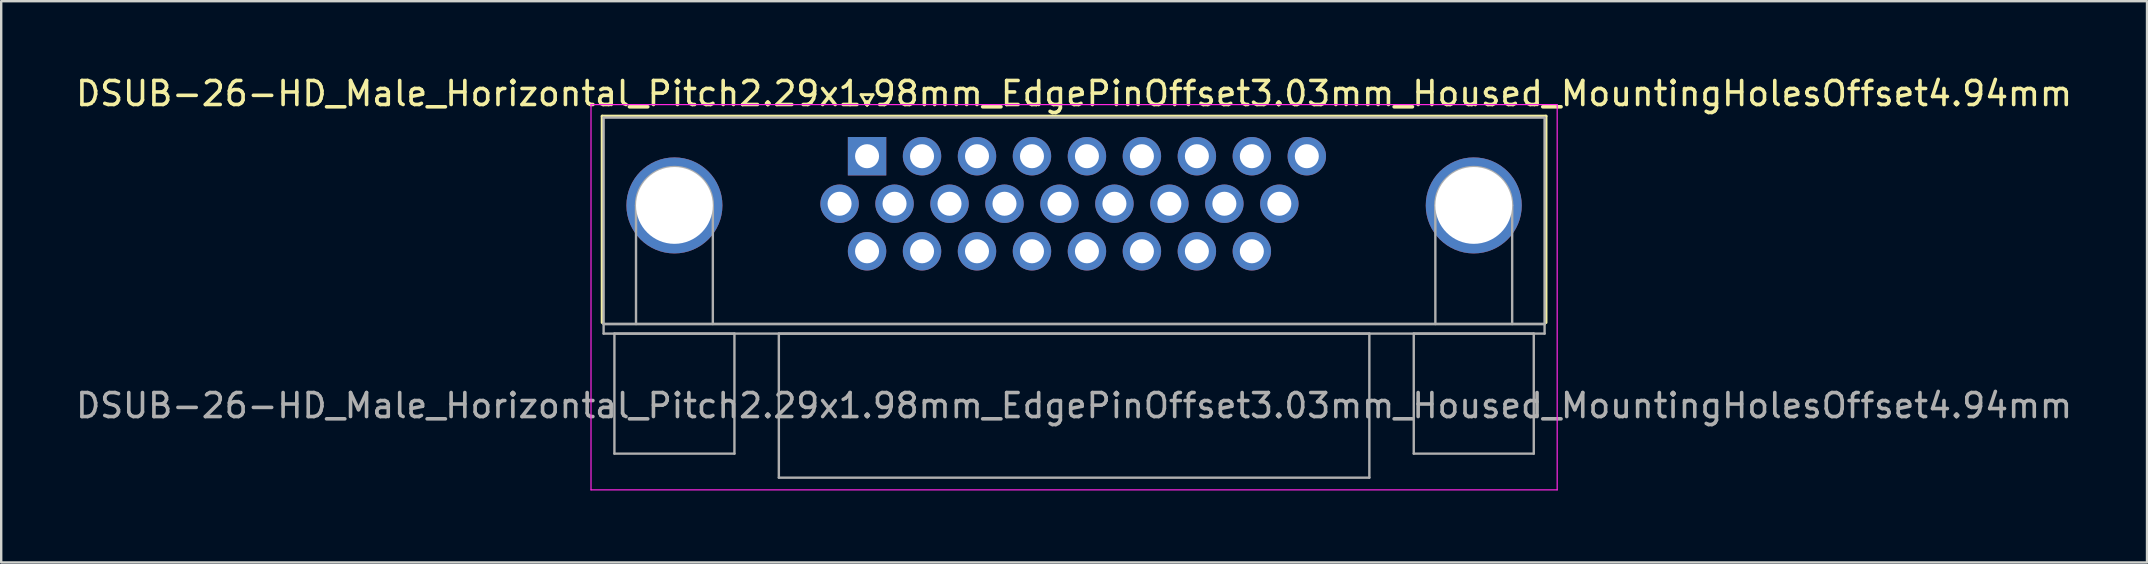
<source format=kicad_pcb>
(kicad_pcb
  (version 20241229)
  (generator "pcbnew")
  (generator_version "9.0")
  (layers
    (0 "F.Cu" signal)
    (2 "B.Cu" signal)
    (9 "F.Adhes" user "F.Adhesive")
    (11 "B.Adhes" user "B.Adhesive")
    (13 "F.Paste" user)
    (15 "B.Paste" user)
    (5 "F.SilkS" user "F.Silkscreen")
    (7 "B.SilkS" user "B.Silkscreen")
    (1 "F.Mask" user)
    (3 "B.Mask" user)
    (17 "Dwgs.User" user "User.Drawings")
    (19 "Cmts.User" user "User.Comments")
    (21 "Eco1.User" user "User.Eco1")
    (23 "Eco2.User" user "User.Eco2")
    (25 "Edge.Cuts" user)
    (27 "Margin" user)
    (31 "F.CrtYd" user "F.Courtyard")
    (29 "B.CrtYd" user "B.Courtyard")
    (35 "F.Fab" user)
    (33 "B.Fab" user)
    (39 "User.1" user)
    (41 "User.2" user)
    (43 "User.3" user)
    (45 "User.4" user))
  (footprint "DSUB-26-HD_Male_Horizontal_Pitch2.29x1.98mm_EdgePinOffset3.03mm_Housed_MountingHolesOffset4.94mm"
    (layer "F.Cu")
    (at 33.071 3.458)
    (property "Reference" "DSUB-26-HD_Male_Horizontal_Pitch2.29x1.98mm_EdgePinOffset3.03mm_Housed_MountingHolesOffset4.94mm" (at 8.625 -2.61 0) (layer "F.SilkS") (effects (font (size 1 1) (thickness 0.15))))
    (attr through_hole)
    (fp_line (start -11.035 -1.67) (end 28.285 -1.67) (stroke (width 0.12) (type solid)) (layer "F.SilkS"))
    (fp_line (start -11.035 6.93) (end -11.035 -1.67) (stroke (width 0.12) (type solid)) (layer "F.SilkS"))
    (fp_line (start -0.25 -2.564) (end 0.25 -2.564) (stroke (width 0.12) (type solid)) (layer "F.SilkS"))
    (fp_line (start 0 -2.131) (end -0.25 -2.564) (stroke (width 0.12) (type solid)) (layer "F.SilkS"))
    (fp_line (start 0.25 -2.564) (end 0 -2.131) (stroke (width 0.12) (type solid)) (layer "F.SilkS"))
    (fp_line (start 28.285 -1.67) (end 28.285 6.93) (stroke (width 0.12) (type solid)) (layer "F.SilkS"))
    (fp_line (start -11.5 -2.15) (end -11.5 13.9) (stroke (width 0.05) (type solid)) (layer "F.CrtYd"))
    (fp_line (start -11.5 13.9) (end 28.75 13.9) (stroke (width 0.05) (type solid)) (layer "F.CrtYd"))
    (fp_line (start 28.75 -2.15) (end -11.5 -2.15) (stroke (width 0.05) (type solid)) (layer "F.CrtYd"))
    (fp_line (start 28.75 13.9) (end 28.75 -2.15) (stroke (width 0.05) (type solid)) (layer "F.CrtYd"))
    (fp_line (start -10.975 -1.61) (end -10.975 6.99) (stroke (width 0.1) (type solid)) (layer "F.Fab"))
    (fp_line (start -10.975 6.99) (end -10.975 7.39) (stroke (width 0.1) (type solid)) (layer "F.Fab"))
    (fp_line (start -10.975 6.99) (end 28.225 6.99) (stroke (width 0.1) (type solid)) (layer "F.Fab"))
    (fp_line (start -10.975 7.39) (end 28.225 7.39) (stroke (width 0.1) (type solid)) (layer "F.Fab"))
    (fp_line (start -10.525 7.39) (end -10.525 12.39) (stroke (width 0.1) (type solid)) (layer "F.Fab"))
    (fp_line (start -10.525 12.39) (end -5.525 12.39) (stroke (width 0.1) (type solid)) (layer "F.Fab"))
    (fp_line (start -9.625 6.99) (end -9.625 2.05) (stroke (width 0.1) (type solid)) (layer "F.Fab"))
    (fp_line (start -6.425 6.99) (end -6.425 2.05) (stroke (width 0.1) (type solid)) (layer "F.Fab"))
    (fp_line (start -5.525 7.39) (end -10.525 7.39) (stroke (width 0.1) (type solid)) (layer "F.Fab"))
    (fp_line (start -5.525 12.39) (end -5.525 7.39) (stroke (width 0.1) (type solid)) (layer "F.Fab"))
    (fp_line (start -3.675 7.39) (end -3.675 13.39) (stroke (width 0.1) (type solid)) (layer "F.Fab"))
    (fp_line (start -3.675 13.39) (end 20.925 13.39) (stroke (width 0.1) (type solid)) (layer "F.Fab"))
    (fp_line (start 20.925 7.39) (end -3.675 7.39) (stroke (width 0.1) (type solid)) (layer "F.Fab"))
    (fp_line (start 20.925 13.39) (end 20.925 7.39) (stroke (width 0.1) (type solid)) (layer "F.Fab"))
    (fp_line (start 22.775 7.39) (end 22.775 12.39) (stroke (width 0.1) (type solid)) (layer "F.Fab"))
    (fp_line (start 22.775 12.39) (end 27.775 12.39) (stroke (width 0.1) (type solid)) (layer "F.Fab"))
    (fp_line (start 23.675 6.99) (end 23.675 2.05) (stroke (width 0.1) (type solid)) (layer "F.Fab"))
    (fp_line (start 26.875 6.99) (end 26.875 2.05) (stroke (width 0.1) (type solid)) (layer "F.Fab"))
    (fp_line (start 27.775 7.39) (end 22.775 7.39) (stroke (width 0.1) (type solid)) (layer "F.Fab"))
    (fp_line (start 27.775 12.39) (end 27.775 7.39) (stroke (width 0.1) (type solid)) (layer "F.Fab"))
    (fp_line (start 28.225 -1.61) (end -10.975 -1.61) (stroke (width 0.1) (type solid)) (layer "F.Fab"))
    (fp_line (start 28.225 6.99) (end -10.975 6.99) (stroke (width 0.1) (type solid)) (layer "F.Fab"))
    (fp_line (start 28.225 6.99) (end 28.225 -1.61) (stroke (width 0.1) (type solid)) (layer "F.Fab"))
    (fp_line (start 28.225 7.39) (end 28.225 6.99) (stroke (width 0.1) (type solid)) (layer "F.Fab"))
    (fp_arc (start -9.625 2.05) (mid -8.025 0.45) (end -6.425 2.05) (stroke (width 0.1) (type solid)) (layer "F.Fab"))
    (fp_arc (start 23.675 2.05) (mid 25.275 0.45) (end 26.875 2.05) (stroke (width 0.1) (type solid)) (layer "F.Fab"))
    (fp_text user "${REFERENCE}" (at 8.625 10.39 0) (layer "F.Fab") (effects (font (size 1 1) (thickness 0.15))))
    (pad "0" thru_hole circle (at -8.025 2.05) (size 4 4) (drill 3.2) (layers "*.Cu" "*.Mask"))
    (pad "0" thru_hole circle (at 25.275 2.05) (size 4 4) (drill 3.2) (layers "*.Cu" "*.Mask"))
    (pad "1" thru_hole rect (at 0 0) (size 1.6 1.6) (drill 1) (layers "*.Cu" "*.Mask"))
    (pad "2" thru_hole circle (at 2.29 0) (size 1.6 1.6) (drill 1) (layers "*.Cu" "*.Mask"))
    (pad "3" thru_hole circle (at 4.58 0) (size 1.6 1.6) (drill 1) (layers "*.Cu" "*.Mask"))
    (pad "4" thru_hole circle (at 6.87 0) (size 1.6 1.6) (drill 1) (layers "*.Cu" "*.Mask"))
    (pad "5" thru_hole circle (at 9.16 0) (size 1.6 1.6) (drill 1) (layers "*.Cu" "*.Mask"))
    (pad "6" thru_hole circle (at 11.45 0) (size 1.6 1.6) (drill 1) (layers "*.Cu" "*.Mask"))
    (pad "7" thru_hole circle (at 13.74 0) (size 1.6 1.6) (drill 1) (layers "*.Cu" "*.Mask"))
    (pad "8" thru_hole circle (at 16.03 0) (size 1.6 1.6) (drill 1) (layers "*.Cu" "*.Mask"))
    (pad "9" thru_hole circle (at 18.32 0) (size 1.6 1.6) (drill 1) (layers "*.Cu" "*.Mask"))
    (pad "10" thru_hole circle (at -1.145 1.98) (size 1.6 1.6) (drill 1) (layers "*.Cu" "*.Mask"))
    (pad "11" thru_hole circle (at 1.145 1.98) (size 1.6 1.6) (drill 1) (layers "*.Cu" "*.Mask"))
    (pad "12" thru_hole circle (at 3.435 1.98) (size 1.6 1.6) (drill 1) (layers "*.Cu" "*.Mask"))
    (pad "13" thru_hole circle (at 5.725 1.98) (size 1.6 1.6) (drill 1) (layers "*.Cu" "*.Mask"))
    (pad "14" thru_hole circle (at 8.015 1.98) (size 1.6 1.6) (drill 1) (layers "*.Cu" "*.Mask"))
    (pad "15" thru_hole circle (at 10.305 1.98) (size 1.6 1.6) (drill 1) (layers "*.Cu" "*.Mask"))
    (pad "16" thru_hole circle (at 12.595 1.98) (size 1.6 1.6) (drill 1) (layers "*.Cu" "*.Mask"))
    (pad "17" thru_hole circle (at 14.885 1.98) (size 1.6 1.6) (drill 1) (layers "*.Cu" "*.Mask"))
    (pad "18" thru_hole circle (at 17.175 1.98) (size 1.6 1.6) (drill 1) (layers "*.Cu" "*.Mask"))
    (pad "19" thru_hole circle (at 0 3.96) (size 1.6 1.6) (drill 1) (layers "*.Cu" "*.Mask"))
    (pad "20" thru_hole circle (at 2.29 3.96) (size 1.6 1.6) (drill 1) (layers "*.Cu" "*.Mask"))
    (pad "21" thru_hole circle (at 4.58 3.96) (size 1.6 1.6) (drill 1) (layers "*.Cu" "*.Mask"))
    (pad "22" thru_hole circle (at 6.87 3.96) (size 1.6 1.6) (drill 1) (layers "*.Cu" "*.Mask"))
    (pad "23" thru_hole circle (at 9.16 3.96) (size 1.6 1.6) (drill 1) (layers "*.Cu" "*.Mask"))
    (pad "24" thru_hole circle (at 11.45 3.96) (size 1.6 1.6) (drill 1) (layers "*.Cu" "*.Mask"))
    (pad "25" thru_hole circle (at 13.74 3.96) (size 1.6 1.6) (drill 1) (layers "*.Cu" "*.Mask"))
    (pad "26" thru_hole circle (at 16.03 3.96) (size 1.6 1.6) (drill 1) (layers "*.Cu" "*.Mask")))
  (gr_rect
    (start -3 -3)
    (end 86.393 20.383)
    (stroke (width 0.1) (type default))
    (fill no)
    (layer "Edge.Cuts")))
</source>
